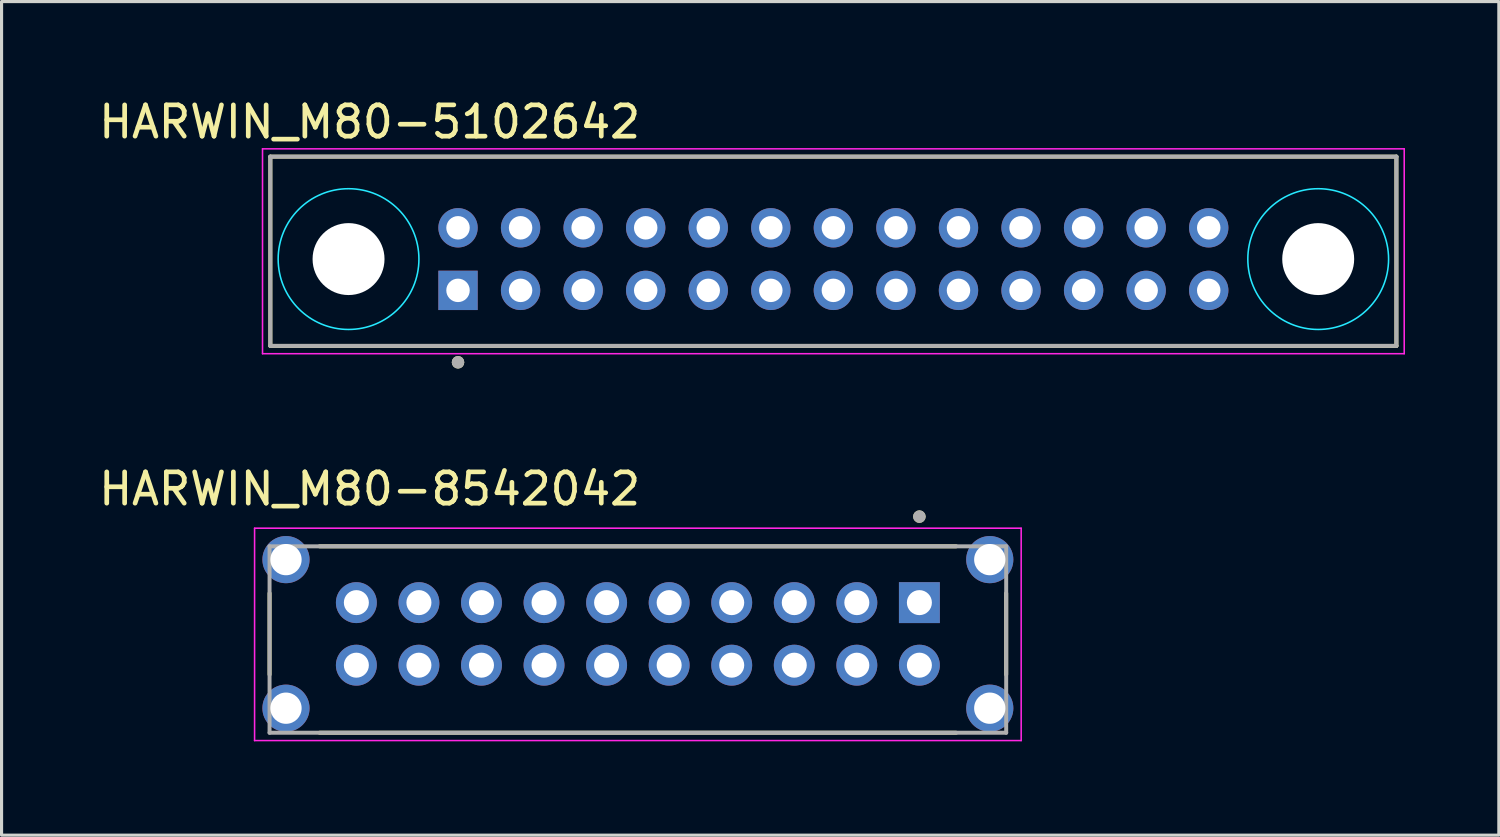
<source format=kicad_pcb>
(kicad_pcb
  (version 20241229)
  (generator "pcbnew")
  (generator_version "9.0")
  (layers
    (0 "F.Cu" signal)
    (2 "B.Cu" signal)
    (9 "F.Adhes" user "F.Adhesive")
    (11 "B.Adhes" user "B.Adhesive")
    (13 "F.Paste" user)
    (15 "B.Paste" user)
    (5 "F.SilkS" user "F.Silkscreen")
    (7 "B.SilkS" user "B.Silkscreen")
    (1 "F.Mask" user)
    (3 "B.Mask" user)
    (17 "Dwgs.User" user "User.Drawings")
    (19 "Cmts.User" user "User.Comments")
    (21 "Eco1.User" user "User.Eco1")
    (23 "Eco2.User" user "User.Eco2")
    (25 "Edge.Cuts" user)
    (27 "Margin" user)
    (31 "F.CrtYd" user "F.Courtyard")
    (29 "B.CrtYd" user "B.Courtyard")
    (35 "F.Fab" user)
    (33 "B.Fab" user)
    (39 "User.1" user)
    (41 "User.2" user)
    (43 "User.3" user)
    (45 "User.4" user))
  (footprint "HARWIN_M80-8542042"
    (layer "F.Cu")
    (at 17.343 17.216)
    (property "Reference" "HARWIN_M80-8542042" (at -8.575 -4.635 0) (layer "F.SilkS") (effects (font (size 1 1) (thickness 0.15))))
    (attr through_hole)
    (fp_line (start -11.775 -1.3) (end -11.775 1.3) (stroke (width 0.127) (type solid)) (layer "F.SilkS"))
    (fp_line (start 10.176 -2.8) (end -10.176 -2.8) (stroke (width 0.127) (type solid)) (layer "F.SilkS"))
    (fp_line (start 10.176 3.16) (end -10.176 3.16) (stroke (width 0.127) (type solid)) (layer "F.SilkS"))
    (fp_line (start 11.775 -1.3) (end 11.775 1.3) (stroke (width 0.127) (type solid)) (layer "F.SilkS"))
    (fp_circle (center 9 -3.75) (end 9.1 -3.75) (stroke (width 0.2) (type solid)) (fill no) (layer "F.SilkS"))
    (fp_line (start -12.254 -3.379) (end -12.254 3.41) (stroke (width 0.05) (type solid)) (layer "F.CrtYd"))
    (fp_line (start -12.254 3.41) (end 12.254 3.41) (stroke (width 0.05) (type solid)) (layer "F.CrtYd"))
    (fp_line (start 12.254 -3.379) (end -12.254 -3.379) (stroke (width 0.05) (type solid)) (layer "F.CrtYd"))
    (fp_line (start 12.254 3.41) (end 12.254 -3.379) (stroke (width 0.05) (type solid)) (layer "F.CrtYd"))
    (fp_line (start -11.775 -2.8) (end 11.775 -2.8) (stroke (width 0.127) (type solid)) (layer "F.Fab"))
    (fp_line (start -11.775 3.16) (end -11.775 -2.8) (stroke (width 0.127) (type solid)) (layer "F.Fab"))
    (fp_line (start 11.775 -2.8) (end 11.775 3.16) (stroke (width 0.127) (type solid)) (layer "F.Fab"))
    (fp_line (start 11.775 3.16) (end -11.775 3.16) (stroke (width 0.127) (type solid)) (layer "F.Fab"))
    (fp_circle (center 9 -3.75) (end 9.1 -3.75) (stroke (width 0.2) (type solid)) (fill no) (layer "F.Fab"))
    (pad "1" thru_hole rect (at 9 -1) (size 1.308 1.308) (drill 0.8) (layers "*.Cu" "*.Mask"))
    (pad "2" thru_hole circle (at 7 -1) (size 1.308 1.308) (drill 0.8) (layers "*.Cu" "*.Mask"))
    (pad "3" thru_hole circle (at 5 -1) (size 1.308 1.308) (drill 0.8) (layers "*.Cu" "*.Mask"))
    (pad "4" thru_hole circle (at 3 -1) (size 1.308 1.308) (drill 0.8) (layers "*.Cu" "*.Mask"))
    (pad "5" thru_hole circle (at 1 -1) (size 1.308 1.308) (drill 0.8) (layers "*.Cu" "*.Mask"))
    (pad "6" thru_hole circle (at -1 -1) (size 1.308 1.308) (drill 0.8) (layers "*.Cu" "*.Mask"))
    (pad "7" thru_hole circle (at -3 -1) (size 1.308 1.308) (drill 0.8) (layers "*.Cu" "*.Mask"))
    (pad "8" thru_hole circle (at -5 -1) (size 1.308 1.308) (drill 0.8) (layers "*.Cu" "*.Mask"))
    (pad "9" thru_hole circle (at -7 -1) (size 1.308 1.308) (drill 0.8) (layers "*.Cu" "*.Mask"))
    (pad "10" thru_hole circle (at -9 -1) (size 1.308 1.308) (drill 0.8) (layers "*.Cu" "*.Mask"))
    (pad "11" thru_hole circle (at 9 1) (size 1.308 1.308) (drill 0.8) (layers "*.Cu" "*.Mask"))
    (pad "12" thru_hole circle (at 7 1) (size 1.308 1.308) (drill 0.8) (layers "*.Cu" "*.Mask"))
    (pad "13" thru_hole circle (at 5 1) (size 1.308 1.308) (drill 0.8) (layers "*.Cu" "*.Mask"))
    (pad "14" thru_hole circle (at 3 1) (size 1.308 1.308) (drill 0.8) (layers "*.Cu" "*.Mask"))
    (pad "15" thru_hole circle (at 1 1) (size 1.308 1.308) (drill 0.8) (layers "*.Cu" "*.Mask"))
    (pad "16" thru_hole circle (at -1 1) (size 1.308 1.308) (drill 0.8) (layers "*.Cu" "*.Mask"))
    (pad "17" thru_hole circle (at -3 1) (size 1.308 1.308) (drill 0.8) (layers "*.Cu" "*.Mask"))
    (pad "18" thru_hole circle (at -5 1) (size 1.308 1.308) (drill 0.8) (layers "*.Cu" "*.Mask"))
    (pad "19" thru_hole circle (at -7 1) (size 1.308 1.308) (drill 0.8) (layers "*.Cu" "*.Mask"))
    (pad "20" thru_hole circle (at -9 1) (size 1.308 1.308) (drill 0.8) (layers "*.Cu" "*.Mask"))
    (pad "SH1" thru_hole circle (at -11.25 -2.375) (size 1.508 1.508) (drill 1) (layers "*.Cu" "*.Mask"))
    (pad "SH2" thru_hole circle (at 11.25 -2.375) (size 1.508 1.508) (drill 1) (layers "*.Cu" "*.Mask"))
    (pad "SH3" thru_hole circle (at -11.25 2.375) (size 1.508 1.508) (drill 1) (layers "*.Cu" "*.Mask"))
    (pad "SH4" thru_hole circle (at 11.25 2.375) (size 1.508 1.508) (drill 1) (layers "*.Cu" "*.Mask")))
  (footprint "HARWIN_M80-5102642"
    (layer "F.Cu")
    (at 23.593 5.233)
    (property "Reference" "HARWIN_M80-5102642" (at -14.825 -4.385 0) (layer "F.SilkS") (effects (font (size 1 1) (thickness 0.15))))
    (attr through_hole)
    (fp_line (start -18 -3.275) (end 18 -3.275) (stroke (width 0.127) (type solid)) (layer "F.SilkS"))
    (fp_line (start -18 2.775) (end -18 -3.275) (stroke (width 0.127) (type solid)) (layer "F.SilkS"))
    (fp_line (start 18 -3.275) (end 18 2.775) (stroke (width 0.127) (type solid)) (layer "F.SilkS"))
    (fp_line (start 18 2.775) (end -18 2.775) (stroke (width 0.127) (type solid)) (layer "F.SilkS"))
    (fp_circle (center -12 3.3) (end -11.9 3.3) (stroke (width 0.2) (type solid)) (fill no) (layer "F.SilkS"))
    (fp_circle (center -15.5 0) (end -13.25 0) (stroke (width 0.05) (type solid)) (fill no) (layer "B.CrtYd"))
    (fp_circle (center 15.5 0) (end 17.75 0) (stroke (width 0.05) (type solid)) (fill no) (layer "B.CrtYd"))
    (fp_line (start -18.25 -3.525) (end -18.25 3.025) (stroke (width 0.05) (type solid)) (layer "F.CrtYd"))
    (fp_line (start -18.25 3.025) (end 18.25 3.025) (stroke (width 0.05) (type solid)) (layer "F.CrtYd"))
    (fp_line (start 18.25 -3.525) (end -18.25 -3.525) (stroke (width 0.05) (type solid)) (layer "F.CrtYd"))
    (fp_line (start 18.25 3.025) (end 18.25 -3.525) (stroke (width 0.05) (type solid)) (layer "F.CrtYd"))
    (fp_line (start -18 -3.275) (end 18 -3.275) (stroke (width 0.127) (type solid)) (layer "F.Fab"))
    (fp_line (start -18 2.775) (end -18 -3.275) (stroke (width 0.127) (type solid)) (layer "F.Fab"))
    (fp_line (start 18 -3.275) (end 18 2.775) (stroke (width 0.127) (type solid)) (layer "F.Fab"))
    (fp_line (start 18 2.775) (end -18 2.775) (stroke (width 0.127) (type solid)) (layer "F.Fab"))
    (fp_circle (center -12 3.3) (end -11.9 3.3) (stroke (width 0.2) (type solid)) (fill no) (layer "F.Fab"))
    (pad "" np_thru_hole circle (at -15.5 0) (size 2.3 2.3) (drill 2.3) (layers "*.Cu" "*.Mask"))
    (pad "" np_thru_hole circle (at 15.5 0) (size 2.3 2.3) (drill 2.3) (layers "*.Cu" "*.Mask"))
    (pad "1" thru_hole rect (at -12 1) (size 1.258 1.258) (drill 0.75) (layers "*.Cu" "*.Mask"))
    (pad "2" thru_hole circle (at -10 1) (size 1.258 1.258) (drill 0.75) (layers "*.Cu" "*.Mask"))
    (pad "3" thru_hole circle (at -8 1) (size 1.258 1.258) (drill 0.75) (layers "*.Cu" "*.Mask"))
    (pad "4" thru_hole circle (at -6 1) (size 1.258 1.258) (drill 0.75) (layers "*.Cu" "*.Mask"))
    (pad "5" thru_hole circle (at -4 1) (size 1.258 1.258) (drill 0.75) (layers "*.Cu" "*.Mask"))
    (pad "6" thru_hole circle (at -2 1) (size 1.258 1.258) (drill 0.75) (layers "*.Cu" "*.Mask"))
    (pad "7" thru_hole circle (at 0 1) (size 1.258 1.258) (drill 0.75) (layers "*.Cu" "*.Mask"))
    (pad "8" thru_hole circle (at 2 1) (size 1.258 1.258) (drill 0.75) (layers "*.Cu" "*.Mask"))
    (pad "9" thru_hole circle (at 4 1) (size 1.258 1.258) (drill 0.75) (layers "*.Cu" "*.Mask"))
    (pad "10" thru_hole circle (at 6 1) (size 1.258 1.258) (drill 0.75) (layers "*.Cu" "*.Mask"))
    (pad "11" thru_hole circle (at 8 1) (size 1.258 1.258) (drill 0.75) (layers "*.Cu" "*.Mask"))
    (pad "12" thru_hole circle (at 10 1) (size 1.258 1.258) (drill 0.75) (layers "*.Cu" "*.Mask"))
    (pad "13" thru_hole circle (at 12 1) (size 1.258 1.258) (drill 0.75) (layers "*.Cu" "*.Mask"))
    (pad "14" thru_hole circle (at -12 -1) (size 1.258 1.258) (drill 0.75) (layers "*.Cu" "*.Mask"))
    (pad "15" thru_hole circle (at -10 -1) (size 1.258 1.258) (drill 0.75) (layers "*.Cu" "*.Mask"))
    (pad "16" thru_hole circle (at -8 -1) (size 1.258 1.258) (drill 0.75) (layers "*.Cu" "*.Mask"))
    (pad "17" thru_hole circle (at -6 -1) (size 1.258 1.258) (drill 0.75) (layers "*.Cu" "*.Mask"))
    (pad "18" thru_hole circle (at -4 -1) (size 1.258 1.258) (drill 0.75) (layers "*.Cu" "*.Mask"))
    (pad "19" thru_hole circle (at -2 -1) (size 1.258 1.258) (drill 0.75) (layers "*.Cu" "*.Mask"))
    (pad "20" thru_hole circle (at 0 -1) (size 1.258 1.258) (drill 0.75) (layers "*.Cu" "*.Mask"))
    (pad "21" thru_hole circle (at 2 -1) (size 1.258 1.258) (drill 0.75) (layers "*.Cu" "*.Mask"))
    (pad "22" thru_hole circle (at 4 -1) (size 1.258 1.258) (drill 0.75) (layers "*.Cu" "*.Mask"))
    (pad "23" thru_hole circle (at 6 -1) (size 1.258 1.258) (drill 0.75) (layers "*.Cu" "*.Mask"))
    (pad "24" thru_hole circle (at 8 -1) (size 1.258 1.258) (drill 0.75) (layers "*.Cu" "*.Mask"))
    (pad "25" thru_hole circle (at 10 -1) (size 1.258 1.258) (drill 0.75) (layers "*.Cu" "*.Mask"))
    (pad "26" thru_hole circle (at 12 -1) (size 1.258 1.258) (drill 0.75) (layers "*.Cu" "*.Mask"))
    (zone (net_name "") (layers "F.Cu" "B.Cu") (hatch full 0.508) (connect_pads) (min_thickness 2) (filled_areas_thickness no) (keepout (tracks allowed) (vias not_allowed) (pads allowed) (copperpour allowed) (footprints allowed)) (placement (enabled no)) (fill) (polygon (pts (xy 10.093 5.233) (xy 10.083 5.429) (xy 10.054 5.623) (xy 10.007 5.814) (xy 9.941 5.999) (xy 9.857 6.176) (xy 9.756 6.344) (xy 9.639 6.502) (xy 9.507 6.647) (xy 9.362 6.779) (xy 9.204 6.896) (xy 9.036 6.997) (xy 8.858 7.081) (xy 8.673 7.147) (xy 8.483 7.195) (xy 8.289 7.224) (xy 8.093 7.233) (xy 7.897 7.224) (xy 7.703 7.195) (xy 7.512 7.147) (xy 7.327 7.081) (xy 7.15 6.997) (xy 6.982 6.896) (xy 6.824 6.779) (xy 6.679 6.647) (xy 6.547 6.502) (xy 6.43 6.344) (xy 6.329 6.176) (xy 6.245 5.999) (xy 6.179 5.814) (xy 6.131 5.623) (xy 6.102 5.429) (xy 6.093 5.233) (xy 6.102 5.037) (xy 6.131 4.843) (xy 6.179 4.653) (xy 6.245 4.468) (xy 6.329 4.29) (xy 6.43 4.122) (xy 6.547 3.964) (xy 6.679 3.819) (xy 6.824 3.687) (xy 6.982 3.57) (xy 7.15 3.469) (xy 7.327 3.385) (xy 7.512 3.319) (xy 7.703 3.272) (xy 7.897 3.243) (xy 8.093 3.233) (xy 8.289 3.243) (xy 8.483 3.272) (xy 8.673 3.319) (xy 8.858 3.385) (xy 9.036 3.469) (xy 9.204 3.57) (xy 9.362 3.687) (xy 9.507 3.819) (xy 9.639 3.964) (xy 9.756 4.122) (xy 9.857 4.29) (xy 9.941 4.468) (xy 10.007 4.653) (xy 10.054 4.843) (xy 10.083 5.037))))
    (zone (net_name "") (layers "F.Cu" "B.Cu") (hatch full 0.508) (connect_pads) (min_thickness 2) (filled_areas_thickness no) (keepout (tracks allowed) (vias not_allowed) (pads allowed) (copperpour allowed) (footprints allowed)) (placement (enabled no)) (fill) (polygon (pts (xy 41.093 5.233) (xy 41.083 5.429) (xy 41.054 5.623) (xy 41.007 5.814) (xy 40.941 5.999) (xy 40.857 6.176) (xy 40.756 6.344) (xy 40.639 6.502) (xy 40.507 6.647) (xy 40.362 6.779) (xy 40.204 6.896) (xy 40.036 6.997) (xy 39.858 7.081) (xy 39.673 7.147) (xy 39.483 7.195) (xy 39.289 7.224) (xy 39.093 7.233) (xy 38.897 7.224) (xy 38.703 7.195) (xy 38.512 7.147) (xy 38.327 7.081) (xy 38.15 6.997) (xy 37.982 6.896) (xy 37.824 6.779) (xy 37.679 6.647) (xy 37.547 6.502) (xy 37.43 6.344) (xy 37.329 6.176) (xy 37.245 5.999) (xy 37.179 5.814) (xy 37.131 5.623) (xy 37.102 5.429) (xy 37.093 5.233) (xy 37.102 5.037) (xy 37.131 4.843) (xy 37.179 4.653) (xy 37.245 4.468) (xy 37.329 4.29) (xy 37.43 4.122) (xy 37.547 3.964) (xy 37.679 3.819) (xy 37.824 3.687) (xy 37.982 3.57) (xy 38.15 3.469) (xy 38.327 3.385) (xy 38.512 3.319) (xy 38.703 3.272) (xy 38.897 3.243) (xy 39.093 3.233) (xy 39.289 3.243) (xy 39.483 3.272) (xy 39.673 3.319) (xy 39.858 3.385) (xy 40.036 3.469) (xy 40.204 3.57) (xy 40.362 3.687) (xy 40.507 3.819) (xy 40.639 3.964) (xy 40.756 4.122) (xy 40.857 4.29) (xy 40.941 4.468) (xy 41.007 4.653) (xy 41.054 4.843) (xy 41.083 5.037))))
    (zone (net_name "") (layer "B.Cu") (hatch full 0.508) (connect_pads) (min_thickness 2) (filled_areas_thickness no) (keepout (tracks not_allowed) (vias not_allowed) (pads not_allowed) (copperpour not_allowed) (footprints allowed)) (placement (enabled no)) (fill) (polygon (pts (xy 10.093 5.233) (xy 10.083 5.429) (xy 10.054 5.623) (xy 10.007 5.814) (xy 9.941 5.999) (xy 9.857 6.176) (xy 9.756 6.344) (xy 9.639 6.502) (xy 9.507 6.647) (xy 9.362 6.779) (xy 9.204 6.896) (xy 9.036 6.997) (xy 8.858 7.081) (xy 8.673 7.147) (xy 8.483 7.195) (xy 8.289 7.224) (xy 8.093 7.233) (xy 7.897 7.224) (xy 7.703 7.195) (xy 7.512 7.147) (xy 7.327 7.081) (xy 7.15 6.997) (xy 6.982 6.896) (xy 6.824 6.779) (xy 6.679 6.647) (xy 6.547 6.502) (xy 6.43 6.344) (xy 6.329 6.176) (xy 6.245 5.999) (xy 6.179 5.814) (xy 6.131 5.623) (xy 6.102 5.429) (xy 6.093 5.233) (xy 6.102 5.037) (xy 6.131 4.843) (xy 6.179 4.653) (xy 6.245 4.468) (xy 6.329 4.29) (xy 6.43 4.122) (xy 6.547 3.964) (xy 6.679 3.819) (xy 6.824 3.687) (xy 6.982 3.57) (xy 7.15 3.469) (xy 7.327 3.385) (xy 7.512 3.319) (xy 7.703 3.272) (xy 7.897 3.243) (xy 8.093 3.233) (xy 8.289 3.243) (xy 8.483 3.272) (xy 8.673 3.319) (xy 8.858 3.385) (xy 9.036 3.469) (xy 9.204 3.57) (xy 9.362 3.687) (xy 9.507 3.819) (xy 9.639 3.964) (xy 9.756 4.122) (xy 9.857 4.29) (xy 9.941 4.468) (xy 10.007 4.653) (xy 10.054 4.843) (xy 10.083 5.037))))
    (zone (net_name "") (layer "B.Cu") (hatch full 0.508) (connect_pads) (min_thickness 2) (filled_areas_thickness no) (keepout (tracks not_allowed) (vias not_allowed) (pads not_allowed) (copperpour not_allowed) (footprints allowed)) (placement (enabled no)) (fill) (polygon (pts (xy 41.093 5.233) (xy 41.083 5.429) (xy 41.054 5.623) (xy 41.007 5.814) (xy 40.941 5.999) (xy 40.857 6.176) (xy 40.756 6.344) (xy 40.639 6.502) (xy 40.507 6.647) (xy 40.362 6.779) (xy 40.204 6.896) (xy 40.036 6.997) (xy 39.858 7.081) (xy 39.673 7.147) (xy 39.483 7.195) (xy 39.289 7.224) (xy 39.093 7.233) (xy 38.897 7.224) (xy 38.703 7.195) (xy 38.512 7.147) (xy 38.327 7.081) (xy 38.15 6.997) (xy 37.982 6.896) (xy 37.824 6.779) (xy 37.679 6.647) (xy 37.547 6.502) (xy 37.43 6.344) (xy 37.329 6.176) (xy 37.245 5.999) (xy 37.179 5.814) (xy 37.131 5.623) (xy 37.102 5.429) (xy 37.093 5.233) (xy 37.102 5.037) (xy 37.131 4.843) (xy 37.179 4.653) (xy 37.245 4.468) (xy 37.329 4.29) (xy 37.43 4.122) (xy 37.547 3.964) (xy 37.679 3.819) (xy 37.824 3.687) (xy 37.982 3.57) (xy 38.15 3.469) (xy 38.327 3.385) (xy 38.512 3.319) (xy 38.703 3.272) (xy 38.897 3.243) (xy 39.093 3.233) (xy 39.289 3.243) (xy 39.483 3.272) (xy 39.673 3.319) (xy 39.858 3.385) (xy 40.036 3.469) (xy 40.204 3.57) (xy 40.362 3.687) (xy 40.507 3.819) (xy 40.639 3.964) (xy 40.756 4.122) (xy 40.857 4.29) (xy 40.941 4.468) (xy 41.007 4.653) (xy 41.054 4.843) (xy 41.083 5.037)))))
  (gr_rect
    (start -3 -3)
    (end 44.868 23.651)
    (stroke (width 0.1) (type default))
    (fill no)
    (layer "Edge.Cuts")))
</source>
